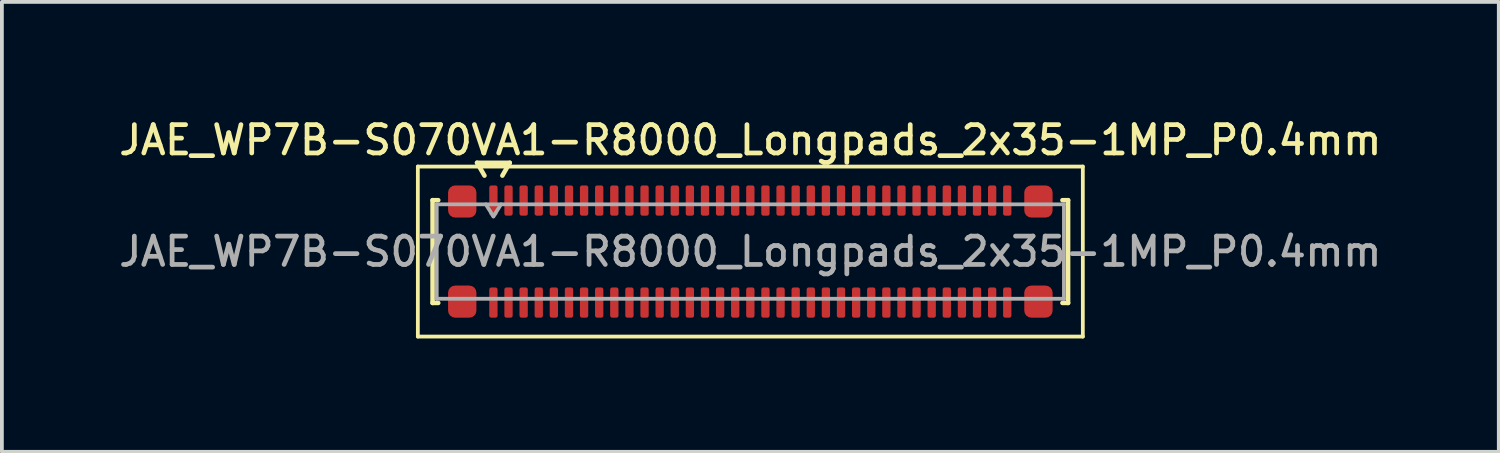
<source format=kicad_pcb>
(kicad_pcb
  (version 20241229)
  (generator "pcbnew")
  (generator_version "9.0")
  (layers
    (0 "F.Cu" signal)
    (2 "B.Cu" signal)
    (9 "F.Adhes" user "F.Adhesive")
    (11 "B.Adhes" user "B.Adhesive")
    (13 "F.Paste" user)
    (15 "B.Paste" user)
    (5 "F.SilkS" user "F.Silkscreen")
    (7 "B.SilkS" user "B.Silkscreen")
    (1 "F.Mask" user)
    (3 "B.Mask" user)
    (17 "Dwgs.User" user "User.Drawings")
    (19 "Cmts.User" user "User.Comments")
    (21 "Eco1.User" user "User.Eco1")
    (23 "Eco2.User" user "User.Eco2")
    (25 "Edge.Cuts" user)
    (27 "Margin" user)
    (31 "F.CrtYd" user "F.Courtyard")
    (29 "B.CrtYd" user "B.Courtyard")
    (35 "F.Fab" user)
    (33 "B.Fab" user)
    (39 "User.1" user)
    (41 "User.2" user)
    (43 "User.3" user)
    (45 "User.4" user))
  (footprint "JAE_WP7B-S070VA1-R8000_Longpads_2x35-1MP_P0.4mm"
    (layer "F.Cu")
    (at 16.809 3.608)
    (property "Reference" "JAE_WP7B-S070VA1-R8000_Longpads_2x35-1MP_P0.4mm" (at 0 -2.95 0) (layer "F.SilkS") (effects (font (size 0.75 0.75) (thickness 0.125))))
    (attr smd)
    (fp_line (start -8.8 -2.25) (end -8.8 2.25) (stroke (width 0.1) (type solid)) (layer "F.SilkS"))
    (fp_line (start -8.8 2.25) (end 8.8 2.25) (stroke (width 0.1) (type solid)) (layer "F.SilkS"))
    (fp_line (start -8.41 -1.36) (end -8.26 -1.36) (stroke (width 0.12) (type solid)) (layer "F.SilkS"))
    (fp_line (start -8.41 1.36) (end -8.41 -1.36) (stroke (width 0.12) (type solid)) (layer "F.SilkS"))
    (fp_line (start -8.26 1.36) (end -8.41 1.36) (stroke (width 0.12) (type solid)) (layer "F.SilkS"))
    (fp_line (start -7.233 -2.35) (end -7.037 -2.01) (stroke (width 0.12) (type solid)) (layer "F.SilkS"))
    (fp_line (start -6.563 -2.01) (end -6.367 -2.35) (stroke (width 0.12) (type solid)) (layer "F.SilkS"))
    (fp_line (start -6.367 -2.35) (end -7.233 -2.35) (stroke (width 0.12) (type solid)) (layer "F.SilkS"))
    (fp_line (start 8.26 -1.36) (end 8.41 -1.36) (stroke (width 0.12) (type solid)) (layer "F.SilkS"))
    (fp_line (start 8.41 -1.36) (end 8.41 1.36) (stroke (width 0.12) (type solid)) (layer "F.SilkS"))
    (fp_line (start 8.41 1.36) (end 8.26 1.36) (stroke (width 0.12) (type solid)) (layer "F.SilkS"))
    (fp_line (start 8.8 -2.25) (end -8.8 -2.25) (stroke (width 0.1) (type solid)) (layer "F.SilkS"))
    (fp_line (start 8.8 2.25) (end 8.8 -2.25) (stroke (width 0.1) (type solid)) (layer "F.SilkS"))
    (fp_line (start -8.3 -1.25) (end 8.3 -1.25) (stroke (width 0.1) (type solid)) (layer "F.Fab"))
    (fp_line (start -8.3 1.25) (end -8.3 -1.25) (stroke (width 0.1) (type solid)) (layer "F.Fab"))
    (fp_line (start -7 -1.25) (end -6.8 -0.93) (stroke (width 0.1) (type solid)) (layer "F.Fab"))
    (fp_line (start -6.8 -0.93) (end -6.6 -1.25) (stroke (width 0.1) (type solid)) (layer "F.Fab"))
    (fp_line (start 8.3 -1.25) (end 8.3 1.25) (stroke (width 0.1) (type solid)) (layer "F.Fab"))
    (fp_line (start 8.3 1.25) (end -8.3 1.25) (stroke (width 0.1) (type solid)) (layer "F.Fab"))
    (fp_text user "${REFERENCE}" (at 0 0 0) (layer "F.Fab") (effects (font (size 0.75 0.75) (thickness 0.125))))
    (pad "1" smd roundrect (at -6.8 -1.35) (size 0.22 0.8) (layers "F.Cu" "F.Mask" "F.Paste") (roundrect_rratio 0.25))
    (pad "2" smd roundrect (at -6.8 1.35) (size 0.22 0.8) (layers "F.Cu" "F.Mask" "F.Paste") (roundrect_rratio 0.25))
    (pad "3" smd roundrect (at -6.4 -1.35) (size 0.22 0.8) (layers "F.Cu" "F.Mask" "F.Paste") (roundrect_rratio 0.25))
    (pad "4" smd roundrect (at -6.4 1.35) (size 0.22 0.8) (layers "F.Cu" "F.Mask" "F.Paste") (roundrect_rratio 0.25))
    (pad "5" smd roundrect (at -6 -1.35) (size 0.22 0.8) (layers "F.Cu" "F.Mask" "F.Paste") (roundrect_rratio 0.25))
    (pad "6" smd roundrect (at -6 1.35) (size 0.22 0.8) (layers "F.Cu" "F.Mask" "F.Paste") (roundrect_rratio 0.25))
    (pad "7" smd roundrect (at -5.6 -1.35) (size 0.22 0.8) (layers "F.Cu" "F.Mask" "F.Paste") (roundrect_rratio 0.25))
    (pad "8" smd roundrect (at -5.6 1.35) (size 0.22 0.8) (layers "F.Cu" "F.Mask" "F.Paste") (roundrect_rratio 0.25))
    (pad "9" smd roundrect (at -5.2 -1.35) (size 0.22 0.8) (layers "F.Cu" "F.Mask" "F.Paste") (roundrect_rratio 0.25))
    (pad "10" smd roundrect (at -5.2 1.35) (size 0.22 0.8) (layers "F.Cu" "F.Mask" "F.Paste") (roundrect_rratio 0.25))
    (pad "11" smd roundrect (at -4.8 -1.35) (size 0.22 0.8) (layers "F.Cu" "F.Mask" "F.Paste") (roundrect_rratio 0.25))
    (pad "12" smd roundrect (at -4.8 1.35) (size 0.22 0.8) (layers "F.Cu" "F.Mask" "F.Paste") (roundrect_rratio 0.25))
    (pad "13" smd roundrect (at -4.4 -1.35) (size 0.22 0.8) (layers "F.Cu" "F.Mask" "F.Paste") (roundrect_rratio 0.25))
    (pad "14" smd roundrect (at -4.4 1.35) (size 0.22 0.8) (layers "F.Cu" "F.Mask" "F.Paste") (roundrect_rratio 0.25))
    (pad "15" smd roundrect (at -4 -1.35) (size 0.22 0.8) (layers "F.Cu" "F.Mask" "F.Paste") (roundrect_rratio 0.25))
    (pad "16" smd roundrect (at -4 1.35) (size 0.22 0.8) (layers "F.Cu" "F.Mask" "F.Paste") (roundrect_rratio 0.25))
    (pad "17" smd roundrect (at -3.6 -1.35) (size 0.22 0.8) (layers "F.Cu" "F.Mask" "F.Paste") (roundrect_rratio 0.25))
    (pad "18" smd roundrect (at -3.6 1.35) (size 0.22 0.8) (layers "F.Cu" "F.Mask" "F.Paste") (roundrect_rratio 0.25))
    (pad "19" smd roundrect (at -3.2 -1.35) (size 0.22 0.8) (layers "F.Cu" "F.Mask" "F.Paste") (roundrect_rratio 0.25))
    (pad "20" smd roundrect (at -3.2 1.35) (size 0.22 0.8) (layers "F.Cu" "F.Mask" "F.Paste") (roundrect_rratio 0.25))
    (pad "21" smd roundrect (at -2.8 -1.35) (size 0.22 0.8) (layers "F.Cu" "F.Mask" "F.Paste") (roundrect_rratio 0.25))
    (pad "22" smd roundrect (at -2.8 1.35) (size 0.22 0.8) (layers "F.Cu" "F.Mask" "F.Paste") (roundrect_rratio 0.25))
    (pad "23" smd roundrect (at -2.4 -1.35) (size 0.22 0.8) (layers "F.Cu" "F.Mask" "F.Paste") (roundrect_rratio 0.25))
    (pad "24" smd roundrect (at -2.4 1.35) (size 0.22 0.8) (layers "F.Cu" "F.Mask" "F.Paste") (roundrect_rratio 0.25))
    (pad "25" smd roundrect (at -2 -1.35) (size 0.22 0.8) (layers "F.Cu" "F.Mask" "F.Paste") (roundrect_rratio 0.25))
    (pad "26" smd roundrect (at -2 1.35) (size 0.22 0.8) (layers "F.Cu" "F.Mask" "F.Paste") (roundrect_rratio 0.25))
    (pad "27" smd roundrect (at -1.6 -1.35) (size 0.22 0.8) (layers "F.Cu" "F.Mask" "F.Paste") (roundrect_rratio 0.25))
    (pad "28" smd roundrect (at -1.6 1.35) (size 0.22 0.8) (layers "F.Cu" "F.Mask" "F.Paste") (roundrect_rratio 0.25))
    (pad "29" smd roundrect (at -1.2 -1.35) (size 0.22 0.8) (layers "F.Cu" "F.Mask" "F.Paste") (roundrect_rratio 0.25))
    (pad "30" smd roundrect (at -1.2 1.35) (size 0.22 0.8) (layers "F.Cu" "F.Mask" "F.Paste") (roundrect_rratio 0.25))
    (pad "31" smd roundrect (at -0.8 -1.35) (size 0.22 0.8) (layers "F.Cu" "F.Mask" "F.Paste") (roundrect_rratio 0.25))
    (pad "32" smd roundrect (at -0.8 1.35) (size 0.22 0.8) (layers "F.Cu" "F.Mask" "F.Paste") (roundrect_rratio 0.25))
    (pad "33" smd roundrect (at -0.4 -1.35) (size 0.22 0.8) (layers "F.Cu" "F.Mask" "F.Paste") (roundrect_rratio 0.25))
    (pad "34" smd roundrect (at -0.4 1.35) (size 0.22 0.8) (layers "F.Cu" "F.Mask" "F.Paste") (roundrect_rratio 0.25))
    (pad "35" smd roundrect (at 0 -1.35) (size 0.22 0.8) (layers "F.Cu" "F.Mask" "F.Paste") (roundrect_rratio 0.25))
    (pad "36" smd roundrect (at 0 1.35) (size 0.22 0.8) (layers "F.Cu" "F.Mask" "F.Paste") (roundrect_rratio 0.25))
    (pad "37" smd roundrect (at 0.4 -1.35) (size 0.22 0.8) (layers "F.Cu" "F.Mask" "F.Paste") (roundrect_rratio 0.25))
    (pad "38" smd roundrect (at 0.4 1.35) (size 0.22 0.8) (layers "F.Cu" "F.Mask" "F.Paste") (roundrect_rratio 0.25))
    (pad "39" smd roundrect (at 0.8 -1.35) (size 0.22 0.8) (layers "F.Cu" "F.Mask" "F.Paste") (roundrect_rratio 0.25))
    (pad "40" smd roundrect (at 0.8 1.35) (size 0.22 0.8) (layers "F.Cu" "F.Mask" "F.Paste") (roundrect_rratio 0.25))
    (pad "41" smd roundrect (at 1.2 -1.35) (size 0.22 0.8) (layers "F.Cu" "F.Mask" "F.Paste") (roundrect_rratio 0.25))
    (pad "42" smd roundrect (at 1.2 1.35) (size 0.22 0.8) (layers "F.Cu" "F.Mask" "F.Paste") (roundrect_rratio 0.25))
    (pad "43" smd roundrect (at 1.6 -1.35) (size 0.22 0.8) (layers "F.Cu" "F.Mask" "F.Paste") (roundrect_rratio 0.25))
    (pad "44" smd roundrect (at 1.6 1.35) (size 0.22 0.8) (layers "F.Cu" "F.Mask" "F.Paste") (roundrect_rratio 0.25))
    (pad "45" smd roundrect (at 2 -1.35) (size 0.22 0.8) (layers "F.Cu" "F.Mask" "F.Paste") (roundrect_rratio 0.25))
    (pad "46" smd roundrect (at 2 1.35) (size 0.22 0.8) (layers "F.Cu" "F.Mask" "F.Paste") (roundrect_rratio 0.25))
    (pad "47" smd roundrect (at 2.4 -1.35) (size 0.22 0.8) (layers "F.Cu" "F.Mask" "F.Paste") (roundrect_rratio 0.25))
    (pad "48" smd roundrect (at 2.4 1.35) (size 0.22 0.8) (layers "F.Cu" "F.Mask" "F.Paste") (roundrect_rratio 0.25))
    (pad "49" smd roundrect (at 2.8 -1.35) (size 0.22 0.8) (layers "F.Cu" "F.Mask" "F.Paste") (roundrect_rratio 0.25))
    (pad "50" smd roundrect (at 2.8 1.35) (size 0.22 0.8) (layers "F.Cu" "F.Mask" "F.Paste") (roundrect_rratio 0.25))
    (pad "51" smd roundrect (at 3.2 -1.35) (size 0.22 0.8) (layers "F.Cu" "F.Mask" "F.Paste") (roundrect_rratio 0.25))
    (pad "52" smd roundrect (at 3.2 1.35) (size 0.22 0.8) (layers "F.Cu" "F.Mask" "F.Paste") (roundrect_rratio 0.25))
    (pad "53" smd roundrect (at 3.6 -1.35) (size 0.22 0.8) (layers "F.Cu" "F.Mask" "F.Paste") (roundrect_rratio 0.25))
    (pad "54" smd roundrect (at 3.6 1.35) (size 0.22 0.8) (layers "F.Cu" "F.Mask" "F.Paste") (roundrect_rratio 0.25))
    (pad "55" smd roundrect (at 4 -1.35) (size 0.22 0.8) (layers "F.Cu" "F.Mask" "F.Paste") (roundrect_rratio 0.25))
    (pad "56" smd roundrect (at 4 1.35) (size 0.22 0.8) (layers "F.Cu" "F.Mask" "F.Paste") (roundrect_rratio 0.25))
    (pad "57" smd roundrect (at 4.4 -1.35) (size 0.22 0.8) (layers "F.Cu" "F.Mask" "F.Paste") (roundrect_rratio 0.25))
    (pad "58" smd roundrect (at 4.4 1.35) (size 0.22 0.8) (layers "F.Cu" "F.Mask" "F.Paste") (roundrect_rratio 0.25))
    (pad "59" smd roundrect (at 4.8 -1.35) (size 0.22 0.8) (layers "F.Cu" "F.Mask" "F.Paste") (roundrect_rratio 0.25))
    (pad "60" smd roundrect (at 4.8 1.35) (size 0.22 0.8) (layers "F.Cu" "F.Mask" "F.Paste") (roundrect_rratio 0.25))
    (pad "61" smd roundrect (at 5.2 -1.35) (size 0.22 0.8) (layers "F.Cu" "F.Mask" "F.Paste") (roundrect_rratio 0.25))
    (pad "62" smd roundrect (at 5.2 1.35) (size 0.22 0.8) (layers "F.Cu" "F.Mask" "F.Paste") (roundrect_rratio 0.25))
    (pad "63" smd roundrect (at 5.6 -1.35) (size 0.22 0.8) (layers "F.Cu" "F.Mask" "F.Paste") (roundrect_rratio 0.25))
    (pad "64" smd roundrect (at 5.6 1.35) (size 0.22 0.8) (layers "F.Cu" "F.Mask" "F.Paste") (roundrect_rratio 0.25))
    (pad "65" smd roundrect (at 6 -1.35) (size 0.22 0.8) (layers "F.Cu" "F.Mask" "F.Paste") (roundrect_rratio 0.25))
    (pad "66" smd roundrect (at 6 1.35) (size 0.22 0.8) (layers "F.Cu" "F.Mask" "F.Paste") (roundrect_rratio 0.25))
    (pad "67" smd roundrect (at 6.4 -1.35) (size 0.22 0.8) (layers "F.Cu" "F.Mask" "F.Paste") (roundrect_rratio 0.25))
    (pad "68" smd roundrect (at 6.4 1.35) (size 0.22 0.8) (layers "F.Cu" "F.Mask" "F.Paste") (roundrect_rratio 0.25))
    (pad "69" smd roundrect (at 6.8 -1.35) (size 0.22 0.8) (layers "F.Cu" "F.Mask" "F.Paste") (roundrect_rratio 0.25))
    (pad "70" smd roundrect (at 6.8 1.35) (size 0.22 0.8) (layers "F.Cu" "F.Mask" "F.Paste") (roundrect_rratio 0.25))
    (pad "MP" smd roundrect (at -7.625 -1.325) (size 0.75 0.85) (layers "F.Cu" "F.Mask" "F.Paste") (roundrect_rratio 0.25))
    (pad "MP" smd roundrect (at -7.625 1.325) (size 0.75 0.85) (layers "F.Cu" "F.Mask" "F.Paste") (roundrect_rratio 0.25))
    (pad "MP" smd roundrect (at 7.625 -1.325) (size 0.75 0.85) (layers "F.Cu" "F.Mask" "F.Paste") (roundrect_rratio 0.25))
    (pad "MP" smd roundrect (at 7.625 1.325) (size 0.75 0.85) (layers "F.Cu" "F.Mask" "F.Paste") (roundrect_rratio 0.25)))
  (gr_rect
    (start -3 -3)
    (end 36.618 8.908)
    (stroke (width 0.1) (type default))
    (fill no)
    (layer "Edge.Cuts")))
</source>
